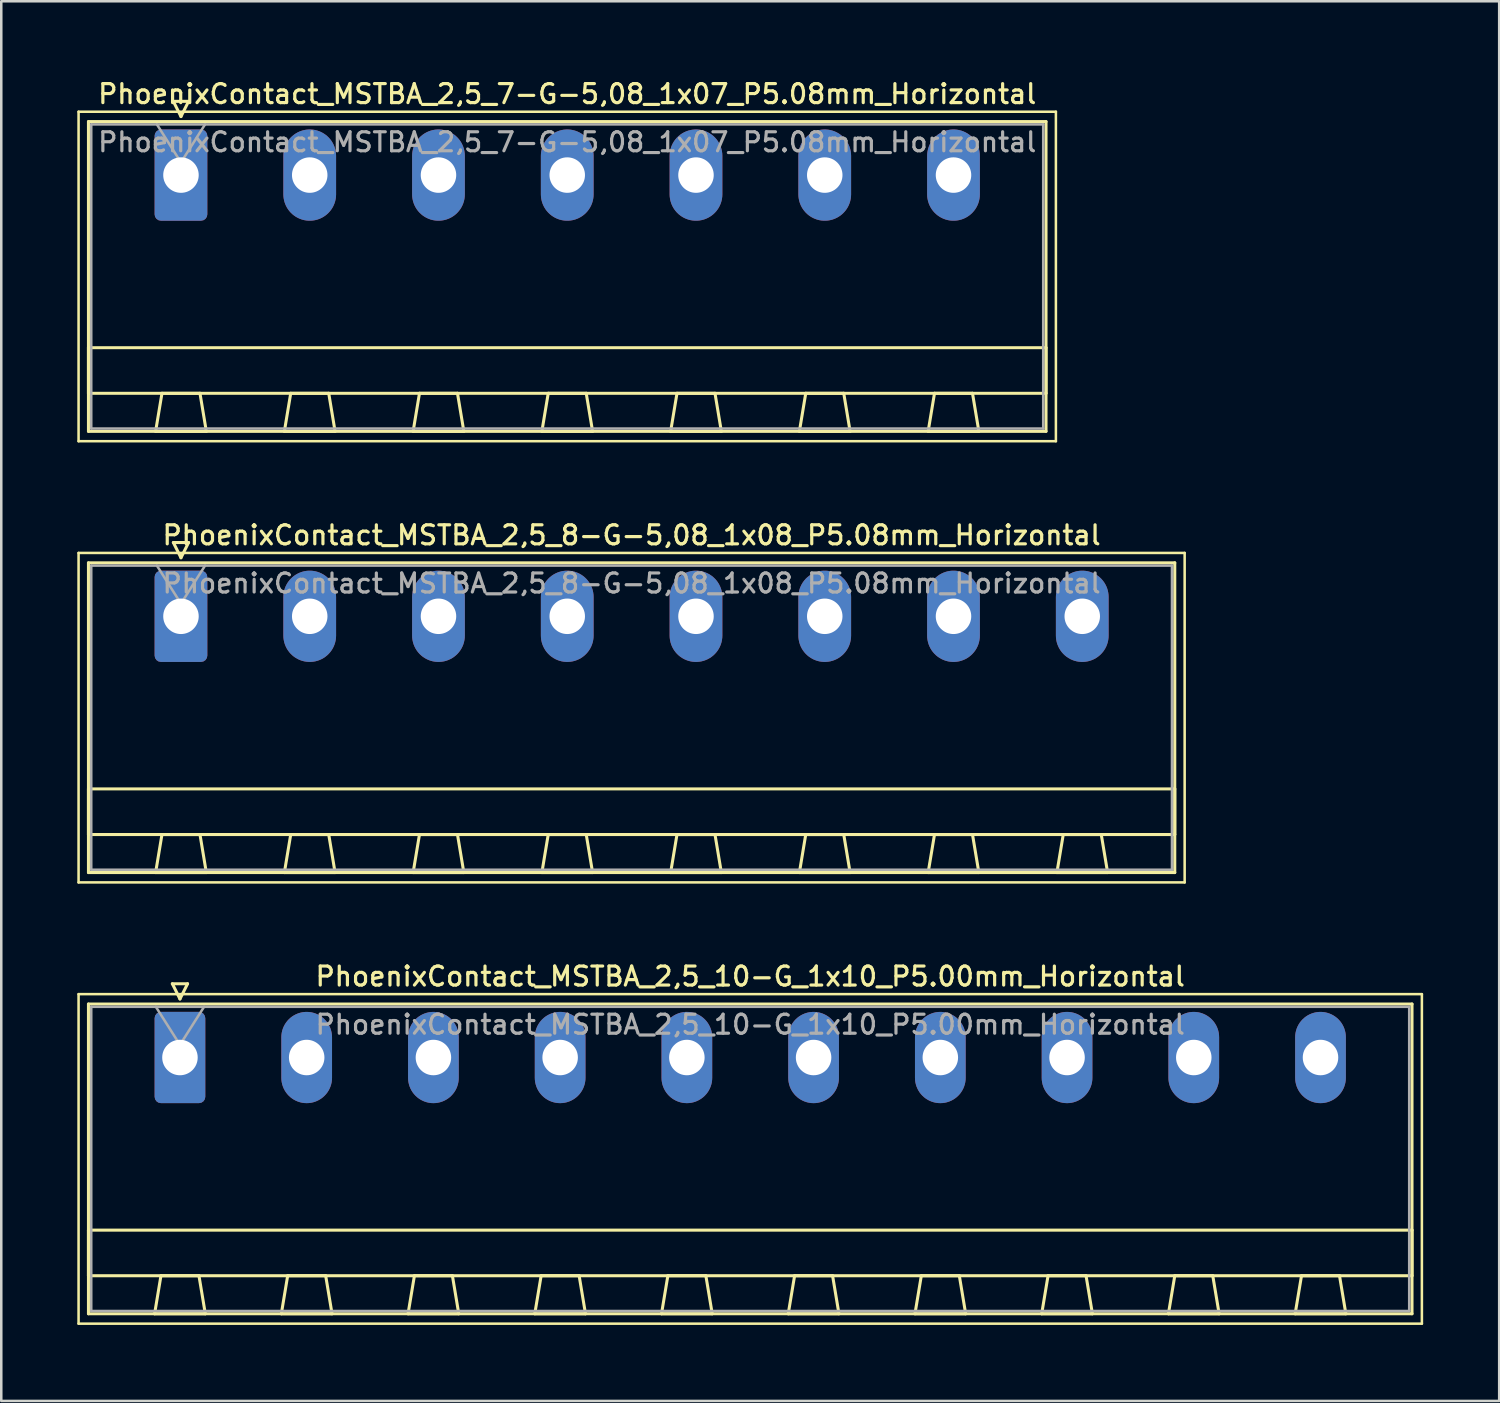
<source format=kicad_pcb>
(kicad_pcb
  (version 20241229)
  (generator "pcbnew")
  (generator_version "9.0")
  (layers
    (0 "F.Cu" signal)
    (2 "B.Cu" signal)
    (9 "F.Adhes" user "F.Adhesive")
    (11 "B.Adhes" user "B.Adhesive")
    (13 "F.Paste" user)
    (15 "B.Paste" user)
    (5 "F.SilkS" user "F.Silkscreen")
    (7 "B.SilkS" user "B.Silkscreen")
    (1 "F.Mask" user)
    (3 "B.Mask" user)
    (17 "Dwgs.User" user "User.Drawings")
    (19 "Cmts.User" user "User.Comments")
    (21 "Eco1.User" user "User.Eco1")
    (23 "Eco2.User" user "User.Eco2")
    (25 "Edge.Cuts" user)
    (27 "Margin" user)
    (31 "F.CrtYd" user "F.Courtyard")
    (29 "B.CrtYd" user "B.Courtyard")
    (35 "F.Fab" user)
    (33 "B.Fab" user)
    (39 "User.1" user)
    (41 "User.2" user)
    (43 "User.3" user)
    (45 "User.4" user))
  (footprint "PhoenixContact_MSTBA_2,5_7-G-5,08_1x07_P5.08mm_Horizontal"
    (layer "F.Cu")
    (at 4.09 3.858)
    (property "Reference" "PhoenixContact_MSTBA_2,5_7-G-5,08_1x07_P5.08mm_Horizontal" (at 15.24 -3.2 0) (layer "F.SilkS") (effects (font (size 0.75 0.75) (thickness 0.125))))
    (attr through_hole)
    (fp_line (start -4.04 -2.5) (end -4.04 10.5) (stroke (width 0.1) (type solid)) (layer "F.SilkS"))
    (fp_line (start -4.04 10.5) (end 34.52 10.5) (stroke (width 0.1) (type solid)) (layer "F.SilkS"))
    (fp_line (start -3.65 -2.11) (end -3.65 10.11) (stroke (width 0.12) (type solid)) (layer "F.SilkS"))
    (fp_line (start -3.65 6.81) (end 34.13 6.81) (stroke (width 0.12) (type solid)) (layer "F.SilkS"))
    (fp_line (start -3.65 8.61) (end -3.65 6.81) (stroke (width 0.12) (type solid)) (layer "F.SilkS"))
    (fp_line (start -3.65 10.11) (end 34.13 10.11) (stroke (width 0.12) (type solid)) (layer "F.SilkS"))
    (fp_line (start -1 10.11) (end 1 10.11) (stroke (width 0.12) (type solid)) (layer "F.SilkS"))
    (fp_line (start -0.75 8.61) (end -1 10.11) (stroke (width 0.12) (type solid)) (layer "F.SilkS"))
    (fp_line (start -0.3 -2.91) (end 0.3 -2.91) (stroke (width 0.12) (type solid)) (layer "F.SilkS"))
    (fp_line (start 0 -2.31) (end -0.3 -2.91) (stroke (width 0.12) (type solid)) (layer "F.SilkS"))
    (fp_line (start 0.3 -2.91) (end 0 -2.31) (stroke (width 0.12) (type solid)) (layer "F.SilkS"))
    (fp_line (start 0.75 8.61) (end -0.75 8.61) (stroke (width 0.12) (type solid)) (layer "F.SilkS"))
    (fp_line (start 1 10.11) (end 0.75 8.61) (stroke (width 0.12) (type solid)) (layer "F.SilkS"))
    (fp_line (start 4.08 10.11) (end 6.08 10.11) (stroke (width 0.12) (type solid)) (layer "F.SilkS"))
    (fp_line (start 4.33 8.61) (end 4.08 10.11) (stroke (width 0.12) (type solid)) (layer "F.SilkS"))
    (fp_line (start 5.83 8.61) (end 4.33 8.61) (stroke (width 0.12) (type solid)) (layer "F.SilkS"))
    (fp_line (start 6.08 10.11) (end 5.83 8.61) (stroke (width 0.12) (type solid)) (layer "F.SilkS"))
    (fp_line (start 9.16 10.11) (end 11.16 10.11) (stroke (width 0.12) (type solid)) (layer "F.SilkS"))
    (fp_line (start 9.41 8.61) (end 9.16 10.11) (stroke (width 0.12) (type solid)) (layer "F.SilkS"))
    (fp_line (start 10.91 8.61) (end 9.41 8.61) (stroke (width 0.12) (type solid)) (layer "F.SilkS"))
    (fp_line (start 11.16 10.11) (end 10.91 8.61) (stroke (width 0.12) (type solid)) (layer "F.SilkS"))
    (fp_line (start 14.24 10.11) (end 16.24 10.11) (stroke (width 0.12) (type solid)) (layer "F.SilkS"))
    (fp_line (start 14.49 8.61) (end 14.24 10.11) (stroke (width 0.12) (type solid)) (layer "F.SilkS"))
    (fp_line (start 15.99 8.61) (end 14.49 8.61) (stroke (width 0.12) (type solid)) (layer "F.SilkS"))
    (fp_line (start 16.24 10.11) (end 15.99 8.61) (stroke (width 0.12) (type solid)) (layer "F.SilkS"))
    (fp_line (start 19.32 10.11) (end 21.32 10.11) (stroke (width 0.12) (type solid)) (layer "F.SilkS"))
    (fp_line (start 19.57 8.61) (end 19.32 10.11) (stroke (width 0.12) (type solid)) (layer "F.SilkS"))
    (fp_line (start 21.07 8.61) (end 19.57 8.61) (stroke (width 0.12) (type solid)) (layer "F.SilkS"))
    (fp_line (start 21.32 10.11) (end 21.07 8.61) (stroke (width 0.12) (type solid)) (layer "F.SilkS"))
    (fp_line (start 24.4 10.11) (end 26.4 10.11) (stroke (width 0.12) (type solid)) (layer "F.SilkS"))
    (fp_line (start 24.65 8.61) (end 24.4 10.11) (stroke (width 0.12) (type solid)) (layer "F.SilkS"))
    (fp_line (start 26.15 8.61) (end 24.65 8.61) (stroke (width 0.12) (type solid)) (layer "F.SilkS"))
    (fp_line (start 26.4 10.11) (end 26.15 8.61) (stroke (width 0.12) (type solid)) (layer "F.SilkS"))
    (fp_line (start 29.48 10.11) (end 31.48 10.11) (stroke (width 0.12) (type solid)) (layer "F.SilkS"))
    (fp_line (start 29.73 8.61) (end 29.48 10.11) (stroke (width 0.12) (type solid)) (layer "F.SilkS"))
    (fp_line (start 31.23 8.61) (end 29.73 8.61) (stroke (width 0.12) (type solid)) (layer "F.SilkS"))
    (fp_line (start 31.48 10.11) (end 31.23 8.61) (stroke (width 0.12) (type solid)) (layer "F.SilkS"))
    (fp_line (start 34.13 -2.11) (end -3.65 -2.11) (stroke (width 0.12) (type solid)) (layer "F.SilkS"))
    (fp_line (start 34.13 6.81) (end 34.13 8.61) (stroke (width 0.12) (type solid)) (layer "F.SilkS"))
    (fp_line (start 34.13 8.61) (end -3.65 8.61) (stroke (width 0.12) (type solid)) (layer "F.SilkS"))
    (fp_line (start 34.13 10.11) (end 34.13 -2.11) (stroke (width 0.12) (type solid)) (layer "F.SilkS"))
    (fp_line (start 34.52 -2.5) (end -4.04 -2.5) (stroke (width 0.1) (type solid)) (layer "F.SilkS"))
    (fp_line (start 34.52 10.5) (end 34.52 -2.5) (stroke (width 0.1) (type solid)) (layer "F.SilkS"))
    (fp_line (start -3.54 -2) (end -3.54 10) (stroke (width 0.1) (type solid)) (layer "F.Fab"))
    (fp_line (start -3.54 10) (end 34.02 10) (stroke (width 0.1) (type solid)) (layer "F.Fab"))
    (fp_line (start 0 -0.5) (end -0.95 -2) (stroke (width 0.1) (type solid)) (layer "F.Fab"))
    (fp_line (start 0.95 -2) (end 0 -0.5) (stroke (width 0.1) (type solid)) (layer "F.Fab"))
    (fp_line (start 34.02 -2) (end -3.54 -2) (stroke (width 0.1) (type solid)) (layer "F.Fab"))
    (fp_line (start 34.02 10) (end 34.02 -2) (stroke (width 0.1) (type solid)) (layer "F.Fab"))
    (fp_text user "${REFERENCE}" (at 15.24 -1.3 0) (layer "F.Fab") (effects (font (size 0.75 0.75) (thickness 0.125))))
    (pad "1" thru_hole roundrect (at 0 0) (size 2.08 3.6) (drill 1.4) (layers "*.Cu" "*.Mask") (roundrect_rratio 0.12))
    (pad "2" thru_hole oval (at 5.08 0) (size 2.08 3.6) (drill 1.4) (layers "*.Cu" "*.Mask"))
    (pad "3" thru_hole oval (at 10.16 0) (size 2.08 3.6) (drill 1.4) (layers "*.Cu" "*.Mask"))
    (pad "4" thru_hole oval (at 15.24 0) (size 2.08 3.6) (drill 1.4) (layers "*.Cu" "*.Mask"))
    (pad "5" thru_hole oval (at 20.32 0) (size 2.08 3.6) (drill 1.4) (layers "*.Cu" "*.Mask"))
    (pad "6" thru_hole oval (at 25.4 0) (size 2.08 3.6) (drill 1.4) (layers "*.Cu" "*.Mask"))
    (pad "7" thru_hole oval (at 30.48 0) (size 2.08 3.6) (drill 1.4) (layers "*.Cu" "*.Mask")))
  (footprint "PhoenixContact_MSTBA_2,5_10-G_1x10_P5.00mm_Horizontal"
    (layer "F.Cu")
    (at 4.05 38.674)
    (property "Reference" "PhoenixContact_MSTBA_2,5_10-G_1x10_P5.00mm_Horizontal" (at 22.5 -3.2 0) (layer "F.SilkS") (effects (font (size 0.75 0.75) (thickness 0.125))))
    (attr through_hole)
    (fp_line (start -4 -2.5) (end -4 10.5) (stroke (width 0.1) (type solid)) (layer "F.SilkS"))
    (fp_line (start -4 10.5) (end 49 10.5) (stroke (width 0.1) (type solid)) (layer "F.SilkS"))
    (fp_line (start -3.61 -2.11) (end -3.61 10.11) (stroke (width 0.12) (type solid)) (layer "F.SilkS"))
    (fp_line (start -3.61 6.81) (end 48.61 6.81) (stroke (width 0.12) (type solid)) (layer "F.SilkS"))
    (fp_line (start -3.61 8.61) (end -3.61 6.81) (stroke (width 0.12) (type solid)) (layer "F.SilkS"))
    (fp_line (start -3.61 10.11) (end 48.61 10.11) (stroke (width 0.12) (type solid)) (layer "F.SilkS"))
    (fp_line (start -1 10.11) (end 1 10.11) (stroke (width 0.12) (type solid)) (layer "F.SilkS"))
    (fp_line (start -0.75 8.61) (end -1 10.11) (stroke (width 0.12) (type solid)) (layer "F.SilkS"))
    (fp_line (start -0.3 -2.91) (end 0.3 -2.91) (stroke (width 0.12) (type solid)) (layer "F.SilkS"))
    (fp_line (start 0 -2.31) (end -0.3 -2.91) (stroke (width 0.12) (type solid)) (layer "F.SilkS"))
    (fp_line (start 0.3 -2.91) (end 0 -2.31) (stroke (width 0.12) (type solid)) (layer "F.SilkS"))
    (fp_line (start 0.75 8.61) (end -0.75 8.61) (stroke (width 0.12) (type solid)) (layer "F.SilkS"))
    (fp_line (start 1 10.11) (end 0.75 8.61) (stroke (width 0.12) (type solid)) (layer "F.SilkS"))
    (fp_line (start 4 10.11) (end 6 10.11) (stroke (width 0.12) (type solid)) (layer "F.SilkS"))
    (fp_line (start 4.25 8.61) (end 4 10.11) (stroke (width 0.12) (type solid)) (layer "F.SilkS"))
    (fp_line (start 5.75 8.61) (end 4.25 8.61) (stroke (width 0.12) (type solid)) (layer "F.SilkS"))
    (fp_line (start 6 10.11) (end 5.75 8.61) (stroke (width 0.12) (type solid)) (layer "F.SilkS"))
    (fp_line (start 9 10.11) (end 11 10.11) (stroke (width 0.12) (type solid)) (layer "F.SilkS"))
    (fp_line (start 9.25 8.61) (end 9 10.11) (stroke (width 0.12) (type solid)) (layer "F.SilkS"))
    (fp_line (start 10.75 8.61) (end 9.25 8.61) (stroke (width 0.12) (type solid)) (layer "F.SilkS"))
    (fp_line (start 11 10.11) (end 10.75 8.61) (stroke (width 0.12) (type solid)) (layer "F.SilkS"))
    (fp_line (start 14 10.11) (end 16 10.11) (stroke (width 0.12) (type solid)) (layer "F.SilkS"))
    (fp_line (start 14.25 8.61) (end 14 10.11) (stroke (width 0.12) (type solid)) (layer "F.SilkS"))
    (fp_line (start 15.75 8.61) (end 14.25 8.61) (stroke (width 0.12) (type solid)) (layer "F.SilkS"))
    (fp_line (start 16 10.11) (end 15.75 8.61) (stroke (width 0.12) (type solid)) (layer "F.SilkS"))
    (fp_line (start 19 10.11) (end 21 10.11) (stroke (width 0.12) (type solid)) (layer "F.SilkS"))
    (fp_line (start 19.25 8.61) (end 19 10.11) (stroke (width 0.12) (type solid)) (layer "F.SilkS"))
    (fp_line (start 20.75 8.61) (end 19.25 8.61) (stroke (width 0.12) (type solid)) (layer "F.SilkS"))
    (fp_line (start 21 10.11) (end 20.75 8.61) (stroke (width 0.12) (type solid)) (layer "F.SilkS"))
    (fp_line (start 24 10.11) (end 26 10.11) (stroke (width 0.12) (type solid)) (layer "F.SilkS"))
    (fp_line (start 24.25 8.61) (end 24 10.11) (stroke (width 0.12) (type solid)) (layer "F.SilkS"))
    (fp_line (start 25.75 8.61) (end 24.25 8.61) (stroke (width 0.12) (type solid)) (layer "F.SilkS"))
    (fp_line (start 26 10.11) (end 25.75 8.61) (stroke (width 0.12) (type solid)) (layer "F.SilkS"))
    (fp_line (start 29 10.11) (end 31 10.11) (stroke (width 0.12) (type solid)) (layer "F.SilkS"))
    (fp_line (start 29.25 8.61) (end 29 10.11) (stroke (width 0.12) (type solid)) (layer "F.SilkS"))
    (fp_line (start 30.75 8.61) (end 29.25 8.61) (stroke (width 0.12) (type solid)) (layer "F.SilkS"))
    (fp_line (start 31 10.11) (end 30.75 8.61) (stroke (width 0.12) (type solid)) (layer "F.SilkS"))
    (fp_line (start 34 10.11) (end 36 10.11) (stroke (width 0.12) (type solid)) (layer "F.SilkS"))
    (fp_line (start 34.25 8.61) (end 34 10.11) (stroke (width 0.12) (type solid)) (layer "F.SilkS"))
    (fp_line (start 35.75 8.61) (end 34.25 8.61) (stroke (width 0.12) (type solid)) (layer "F.SilkS"))
    (fp_line (start 36 10.11) (end 35.75 8.61) (stroke (width 0.12) (type solid)) (layer "F.SilkS"))
    (fp_line (start 39 10.11) (end 41 10.11) (stroke (width 0.12) (type solid)) (layer "F.SilkS"))
    (fp_line (start 39.25 8.61) (end 39 10.11) (stroke (width 0.12) (type solid)) (layer "F.SilkS"))
    (fp_line (start 40.75 8.61) (end 39.25 8.61) (stroke (width 0.12) (type solid)) (layer "F.SilkS"))
    (fp_line (start 41 10.11) (end 40.75 8.61) (stroke (width 0.12) (type solid)) (layer "F.SilkS"))
    (fp_line (start 44 10.11) (end 46 10.11) (stroke (width 0.12) (type solid)) (layer "F.SilkS"))
    (fp_line (start 44.25 8.61) (end 44 10.11) (stroke (width 0.12) (type solid)) (layer "F.SilkS"))
    (fp_line (start 45.75 8.61) (end 44.25 8.61) (stroke (width 0.12) (type solid)) (layer "F.SilkS"))
    (fp_line (start 46 10.11) (end 45.75 8.61) (stroke (width 0.12) (type solid)) (layer "F.SilkS"))
    (fp_line (start 48.61 -2.11) (end -3.61 -2.11) (stroke (width 0.12) (type solid)) (layer "F.SilkS"))
    (fp_line (start 48.61 6.81) (end 48.61 8.61) (stroke (width 0.12) (type solid)) (layer "F.SilkS"))
    (fp_line (start 48.61 8.61) (end -3.61 8.61) (stroke (width 0.12) (type solid)) (layer "F.SilkS"))
    (fp_line (start 48.61 10.11) (end 48.61 -2.11) (stroke (width 0.12) (type solid)) (layer "F.SilkS"))
    (fp_line (start 49 -2.5) (end -4 -2.5) (stroke (width 0.1) (type solid)) (layer "F.SilkS"))
    (fp_line (start 49 10.5) (end 49 -2.5) (stroke (width 0.1) (type solid)) (layer "F.SilkS"))
    (fp_line (start -3.5 -2) (end -3.5 10) (stroke (width 0.1) (type solid)) (layer "F.Fab"))
    (fp_line (start -3.5 10) (end 48.5 10) (stroke (width 0.1) (type solid)) (layer "F.Fab"))
    (fp_line (start 0 -0.5) (end -0.95 -2) (stroke (width 0.1) (type solid)) (layer "F.Fab"))
    (fp_line (start 0.95 -2) (end 0 -0.5) (stroke (width 0.1) (type solid)) (layer "F.Fab"))
    (fp_line (start 48.5 -2) (end -3.5 -2) (stroke (width 0.1) (type solid)) (layer "F.Fab"))
    (fp_line (start 48.5 10) (end 48.5 -2) (stroke (width 0.1) (type solid)) (layer "F.Fab"))
    (fp_text user "${REFERENCE}" (at 22.5 -1.3 0) (layer "F.Fab") (effects (font (size 0.75 0.75) (thickness 0.125))))
    (pad "1" thru_hole roundrect (at 0 0) (size 2 3.6) (drill 1.4) (layers "*.Cu" "*.Mask") (roundrect_rratio 0.125))
    (pad "2" thru_hole oval (at 5 0) (size 2 3.6) (drill 1.4) (layers "*.Cu" "*.Mask"))
    (pad "3" thru_hole oval (at 10 0) (size 2 3.6) (drill 1.4) (layers "*.Cu" "*.Mask"))
    (pad "4" thru_hole oval (at 15 0) (size 2 3.6) (drill 1.4) (layers "*.Cu" "*.Mask"))
    (pad "5" thru_hole oval (at 20 0) (size 2 3.6) (drill 1.4) (layers "*.Cu" "*.Mask"))
    (pad "6" thru_hole oval (at 25 0) (size 2 3.6) (drill 1.4) (layers "*.Cu" "*.Mask"))
    (pad "7" thru_hole oval (at 30 0) (size 2 3.6) (drill 1.4) (layers "*.Cu" "*.Mask"))
    (pad "8" thru_hole oval (at 35 0) (size 2 3.6) (drill 1.4) (layers "*.Cu" "*.Mask"))
    (pad "9" thru_hole oval (at 40 0) (size 2 3.6) (drill 1.4) (layers "*.Cu" "*.Mask"))
    (pad "10" thru_hole oval (at 45 0) (size 2 3.6) (drill 1.4) (layers "*.Cu" "*.Mask")))
  (footprint "PhoenixContact_MSTBA_2,5_8-G-5,08_1x08_P5.08mm_Horizontal"
    (layer "F.Cu")
    (at 4.09 21.266)
    (property "Reference" "PhoenixContact_MSTBA_2,5_8-G-5,08_1x08_P5.08mm_Horizontal" (at 17.78 -3.2 0) (layer "F.SilkS") (effects (font (size 0.75 0.75) (thickness 0.125))))
    (attr through_hole)
    (fp_line (start -4.04 -2.5) (end -4.04 10.5) (stroke (width 0.1) (type solid)) (layer "F.SilkS"))
    (fp_line (start -4.04 10.5) (end 39.6 10.5) (stroke (width 0.1) (type solid)) (layer "F.SilkS"))
    (fp_line (start -3.65 -2.11) (end -3.65 10.11) (stroke (width 0.12) (type solid)) (layer "F.SilkS"))
    (fp_line (start -3.65 6.81) (end 39.21 6.81) (stroke (width 0.12) (type solid)) (layer "F.SilkS"))
    (fp_line (start -3.65 8.61) (end -3.65 6.81) (stroke (width 0.12) (type solid)) (layer "F.SilkS"))
    (fp_line (start -3.65 10.11) (end 39.21 10.11) (stroke (width 0.12) (type solid)) (layer "F.SilkS"))
    (fp_line (start -1 10.11) (end 1 10.11) (stroke (width 0.12) (type solid)) (layer "F.SilkS"))
    (fp_line (start -0.75 8.61) (end -1 10.11) (stroke (width 0.12) (type solid)) (layer "F.SilkS"))
    (fp_line (start -0.3 -2.91) (end 0.3 -2.91) (stroke (width 0.12) (type solid)) (layer "F.SilkS"))
    (fp_line (start 0 -2.31) (end -0.3 -2.91) (stroke (width 0.12) (type solid)) (layer "F.SilkS"))
    (fp_line (start 0.3 -2.91) (end 0 -2.31) (stroke (width 0.12) (type solid)) (layer "F.SilkS"))
    (fp_line (start 0.75 8.61) (end -0.75 8.61) (stroke (width 0.12) (type solid)) (layer "F.SilkS"))
    (fp_line (start 1 10.11) (end 0.75 8.61) (stroke (width 0.12) (type solid)) (layer "F.SilkS"))
    (fp_line (start 4.08 10.11) (end 6.08 10.11) (stroke (width 0.12) (type solid)) (layer "F.SilkS"))
    (fp_line (start 4.33 8.61) (end 4.08 10.11) (stroke (width 0.12) (type solid)) (layer "F.SilkS"))
    (fp_line (start 5.83 8.61) (end 4.33 8.61) (stroke (width 0.12) (type solid)) (layer "F.SilkS"))
    (fp_line (start 6.08 10.11) (end 5.83 8.61) (stroke (width 0.12) (type solid)) (layer "F.SilkS"))
    (fp_line (start 9.16 10.11) (end 11.16 10.11) (stroke (width 0.12) (type solid)) (layer "F.SilkS"))
    (fp_line (start 9.41 8.61) (end 9.16 10.11) (stroke (width 0.12) (type solid)) (layer "F.SilkS"))
    (fp_line (start 10.91 8.61) (end 9.41 8.61) (stroke (width 0.12) (type solid)) (layer "F.SilkS"))
    (fp_line (start 11.16 10.11) (end 10.91 8.61) (stroke (width 0.12) (type solid)) (layer "F.SilkS"))
    (fp_line (start 14.24 10.11) (end 16.24 10.11) (stroke (width 0.12) (type solid)) (layer "F.SilkS"))
    (fp_line (start 14.49 8.61) (end 14.24 10.11) (stroke (width 0.12) (type solid)) (layer "F.SilkS"))
    (fp_line (start 15.99 8.61) (end 14.49 8.61) (stroke (width 0.12) (type solid)) (layer "F.SilkS"))
    (fp_line (start 16.24 10.11) (end 15.99 8.61) (stroke (width 0.12) (type solid)) (layer "F.SilkS"))
    (fp_line (start 19.32 10.11) (end 21.32 10.11) (stroke (width 0.12) (type solid)) (layer "F.SilkS"))
    (fp_line (start 19.57 8.61) (end 19.32 10.11) (stroke (width 0.12) (type solid)) (layer "F.SilkS"))
    (fp_line (start 21.07 8.61) (end 19.57 8.61) (stroke (width 0.12) (type solid)) (layer "F.SilkS"))
    (fp_line (start 21.32 10.11) (end 21.07 8.61) (stroke (width 0.12) (type solid)) (layer "F.SilkS"))
    (fp_line (start 24.4 10.11) (end 26.4 10.11) (stroke (width 0.12) (type solid)) (layer "F.SilkS"))
    (fp_line (start 24.65 8.61) (end 24.4 10.11) (stroke (width 0.12) (type solid)) (layer "F.SilkS"))
    (fp_line (start 26.15 8.61) (end 24.65 8.61) (stroke (width 0.12) (type solid)) (layer "F.SilkS"))
    (fp_line (start 26.4 10.11) (end 26.15 8.61) (stroke (width 0.12) (type solid)) (layer "F.SilkS"))
    (fp_line (start 29.48 10.11) (end 31.48 10.11) (stroke (width 0.12) (type solid)) (layer "F.SilkS"))
    (fp_line (start 29.73 8.61) (end 29.48 10.11) (stroke (width 0.12) (type solid)) (layer "F.SilkS"))
    (fp_line (start 31.23 8.61) (end 29.73 8.61) (stroke (width 0.12) (type solid)) (layer "F.SilkS"))
    (fp_line (start 31.48 10.11) (end 31.23 8.61) (stroke (width 0.12) (type solid)) (layer "F.SilkS"))
    (fp_line (start 34.56 10.11) (end 36.56 10.11) (stroke (width 0.12) (type solid)) (layer "F.SilkS"))
    (fp_line (start 34.81 8.61) (end 34.56 10.11) (stroke (width 0.12) (type solid)) (layer "F.SilkS"))
    (fp_line (start 36.31 8.61) (end 34.81 8.61) (stroke (width 0.12) (type solid)) (layer "F.SilkS"))
    (fp_line (start 36.56 10.11) (end 36.31 8.61) (stroke (width 0.12) (type solid)) (layer "F.SilkS"))
    (fp_line (start 39.21 -2.11) (end -3.65 -2.11) (stroke (width 0.12) (type solid)) (layer "F.SilkS"))
    (fp_line (start 39.21 6.81) (end 39.21 8.61) (stroke (width 0.12) (type solid)) (layer "F.SilkS"))
    (fp_line (start 39.21 8.61) (end -3.65 8.61) (stroke (width 0.12) (type solid)) (layer "F.SilkS"))
    (fp_line (start 39.21 10.11) (end 39.21 -2.11) (stroke (width 0.12) (type solid)) (layer "F.SilkS"))
    (fp_line (start 39.6 -2.5) (end -4.04 -2.5) (stroke (width 0.1) (type solid)) (layer "F.SilkS"))
    (fp_line (start 39.6 10.5) (end 39.6 -2.5) (stroke (width 0.1) (type solid)) (layer "F.SilkS"))
    (fp_line (start -3.54 -2) (end -3.54 10) (stroke (width 0.1) (type solid)) (layer "F.Fab"))
    (fp_line (start -3.54 10) (end 39.1 10) (stroke (width 0.1) (type solid)) (layer "F.Fab"))
    (fp_line (start 0 -0.5) (end -0.95 -2) (stroke (width 0.1) (type solid)) (layer "F.Fab"))
    (fp_line (start 0.95 -2) (end 0 -0.5) (stroke (width 0.1) (type solid)) (layer "F.Fab"))
    (fp_line (start 39.1 -2) (end -3.54 -2) (stroke (width 0.1) (type solid)) (layer "F.Fab"))
    (fp_line (start 39.1 10) (end 39.1 -2) (stroke (width 0.1) (type solid)) (layer "F.Fab"))
    (fp_text user "${REFERENCE}" (at 17.78 -1.3 0) (layer "F.Fab") (effects (font (size 0.75 0.75) (thickness 0.125))))
    (pad "1" thru_hole roundrect (at 0 0) (size 2.08 3.6) (drill 1.4) (layers "*.Cu" "*.Mask") (roundrect_rratio 0.12))
    (pad "2" thru_hole oval (at 5.08 0) (size 2.08 3.6) (drill 1.4) (layers "*.Cu" "*.Mask"))
    (pad "3" thru_hole oval (at 10.16 0) (size 2.08 3.6) (drill 1.4) (layers "*.Cu" "*.Mask"))
    (pad "4" thru_hole oval (at 15.24 0) (size 2.08 3.6) (drill 1.4) (layers "*.Cu" "*.Mask"))
    (pad "5" thru_hole oval (at 20.32 0) (size 2.08 3.6) (drill 1.4) (layers "*.Cu" "*.Mask"))
    (pad "6" thru_hole oval (at 25.4 0) (size 2.08 3.6) (drill 1.4) (layers "*.Cu" "*.Mask"))
    (pad "7" thru_hole oval (at 30.48 0) (size 2.08 3.6) (drill 1.4) (layers "*.Cu" "*.Mask"))
    (pad "8" thru_hole oval (at 35.56 0) (size 2.08 3.6) (drill 1.4) (layers "*.Cu" "*.Mask")))
  (gr_rect
    (start -3 -3)
    (end 56.1 52.224)
    (stroke (width 0.1) (type default))
    (fill no)
    (layer "Edge.Cuts")))
</source>
